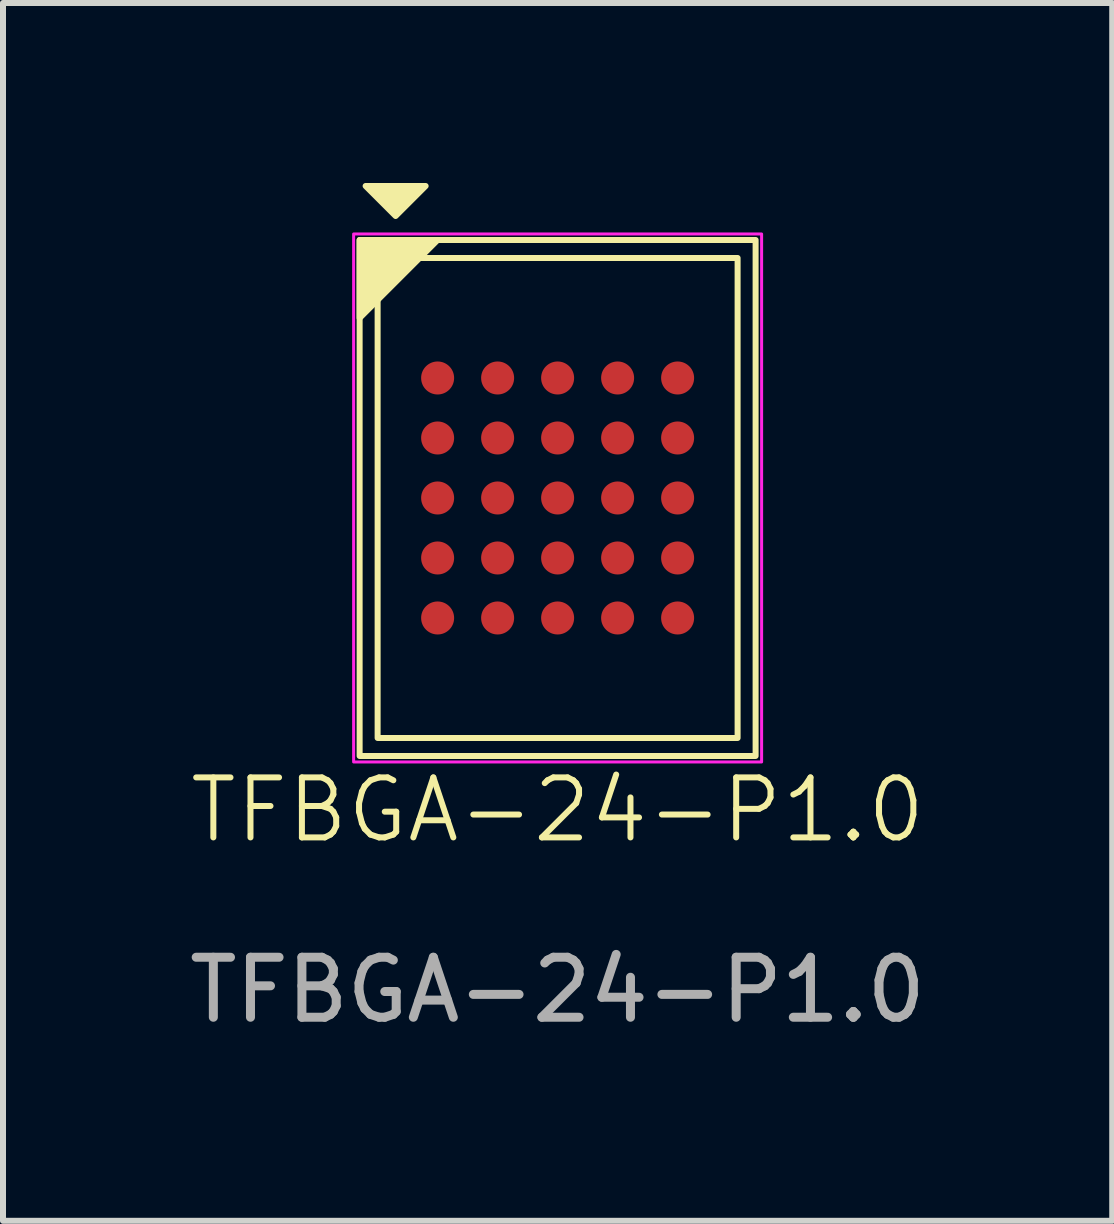
<source format=kicad_pcb>
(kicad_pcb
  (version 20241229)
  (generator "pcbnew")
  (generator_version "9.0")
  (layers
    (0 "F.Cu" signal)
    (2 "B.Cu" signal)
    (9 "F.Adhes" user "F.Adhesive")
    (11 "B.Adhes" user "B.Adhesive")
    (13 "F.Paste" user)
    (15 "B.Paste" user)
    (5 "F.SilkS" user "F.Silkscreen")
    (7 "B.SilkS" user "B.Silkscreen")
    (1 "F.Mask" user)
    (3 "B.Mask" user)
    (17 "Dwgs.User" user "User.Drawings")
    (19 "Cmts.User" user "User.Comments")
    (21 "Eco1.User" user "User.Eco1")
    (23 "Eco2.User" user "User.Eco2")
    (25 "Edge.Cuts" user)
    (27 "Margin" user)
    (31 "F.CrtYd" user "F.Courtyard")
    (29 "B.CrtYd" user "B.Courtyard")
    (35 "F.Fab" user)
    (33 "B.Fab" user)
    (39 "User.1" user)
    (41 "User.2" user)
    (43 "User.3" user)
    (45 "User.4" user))
  (footprint "TFBGA-24-P1.0"
    (layer "F.Cu")
    (at 6.244 5.25)
    (property "Reference" "TFBGA-24-P1.0" (at 0 5.2 0) (unlocked yes) (layer "F.SilkS") (effects (font (size 1 1) (thickness 0.1))))
    (attr smd)
    (fp_rect (start -3.3 -4.3) (end 3.3 4.3) (stroke (width 0.1) (type default)) (fill no) (layer "F.SilkS"))
    (fp_rect (start -3 -4) (end 3 4) (stroke (width 0.1) (type default)) (fill no) (layer "F.SilkS"))
    (fp_poly (pts (xy -3.3 -4.3) (xy -2 -4.3) (xy -3.3 -3)) (stroke (width 0.1) (type solid)) (fill yes) (layer "F.SilkS"))
    (fp_poly (pts (xy -2.7 -4.7) (xy -2.2 -5.2) (xy -3.2 -5.2)) (stroke (width 0.1) (type solid)) (fill yes) (layer "F.SilkS"))
    (fp_rect (start -3.4 -4.4) (end 3.4 4.4) (stroke (width 0.05) (type default)) (fill no) (layer "F.CrtYd"))
    (fp_text user "${REFERENCE}" (at 0 8.2 0) (unlocked yes) (layer "F.Fab") (effects (font (size 1 1) (thickness 0.15))))
    (pad "A1" smd circle (at -2 -2) (size 0.55 0.55) (layers "F.Cu" "F.Mask" "F.Paste"))
    (pad "A2" smd circle (at -1 -2) (size 0.55 0.55) (layers "F.Cu" "F.Mask" "F.Paste"))
    (pad "A3" smd circle (at 0 -2) (size 0.55 0.55) (layers "F.Cu" "F.Mask" "F.Paste"))
    (pad "A4" smd circle (at 1 -2) (size 0.55 0.55) (layers "F.Cu" "F.Mask" "F.Paste"))
    (pad "A5" smd circle (at 2 -2) (size 0.55 0.55) (layers "F.Cu" "F.Mask" "F.Paste"))
    (pad "B1" smd circle (at -2 -1) (size 0.55 0.55) (layers "F.Cu" "F.Mask" "F.Paste"))
    (pad "B2" smd circle (at -1 -1) (size 0.55 0.55) (layers "F.Cu" "F.Mask" "F.Paste"))
    (pad "B3" smd circle (at 0 -1) (size 0.55 0.55) (layers "F.Cu" "F.Mask" "F.Paste"))
    (pad "B4" smd circle (at 1 -1) (size 0.55 0.55) (layers "F.Cu" "F.Mask" "F.Paste"))
    (pad "B5" smd circle (at 2 -1) (size 0.55 0.55) (layers "F.Cu" "F.Mask" "F.Paste"))
    (pad "C1" smd circle (at -2 0) (size 0.55 0.55) (layers "F.Cu" "F.Mask" "F.Paste"))
    (pad "C2" smd circle (at -1 0) (size 0.55 0.55) (layers "F.Cu" "F.Mask" "F.Paste"))
    (pad "C3" smd circle (at 0 0) (size 0.55 0.55) (layers "F.Cu" "F.Mask" "F.Paste"))
    (pad "C4" smd circle (at 1 0) (size 0.55 0.55) (layers "F.Cu" "F.Mask" "F.Paste"))
    (pad "C5" smd circle (at 2 0) (size 0.55 0.55) (layers "F.Cu" "F.Mask" "F.Paste"))
    (pad "D1" smd circle (at -2 1) (size 0.55 0.55) (layers "F.Cu" "F.Mask" "F.Paste"))
    (pad "D2" smd circle (at -1 1) (size 0.55 0.55) (layers "F.Cu" "F.Mask" "F.Paste"))
    (pad "D3" smd circle (at 0 1) (size 0.55 0.55) (layers "F.Cu" "F.Mask" "F.Paste"))
    (pad "D4" smd circle (at 1 1) (size 0.55 0.55) (layers "F.Cu" "F.Mask" "F.Paste"))
    (pad "D5" smd circle (at 2 1) (size 0.55 0.55) (layers "F.Cu" "F.Mask" "F.Paste"))
    (pad "E1" smd circle (at -2 2) (size 0.55 0.55) (layers "F.Cu" "F.Mask" "F.Paste"))
    (pad "E2" smd circle (at -1 2) (size 0.55 0.55) (layers "F.Cu" "F.Mask" "F.Paste"))
    (pad "E3" smd circle (at 0 2) (size 0.55 0.55) (layers "F.Cu" "F.Mask" "F.Paste"))
    (pad "E4" smd circle (at 1 2) (size 0.55 0.55) (layers "F.Cu" "F.Mask" "F.Paste"))
    (pad "E5" smd circle (at 2 2) (size 0.55 0.55) (layers "F.Cu" "F.Mask" "F.Paste")))
  (gr_rect
    (start -3 -3)
    (end 15.488 17.298)
    (stroke (width 0.1) (type default))
    (fill no)
    (layer "Edge.Cuts")))
</source>
